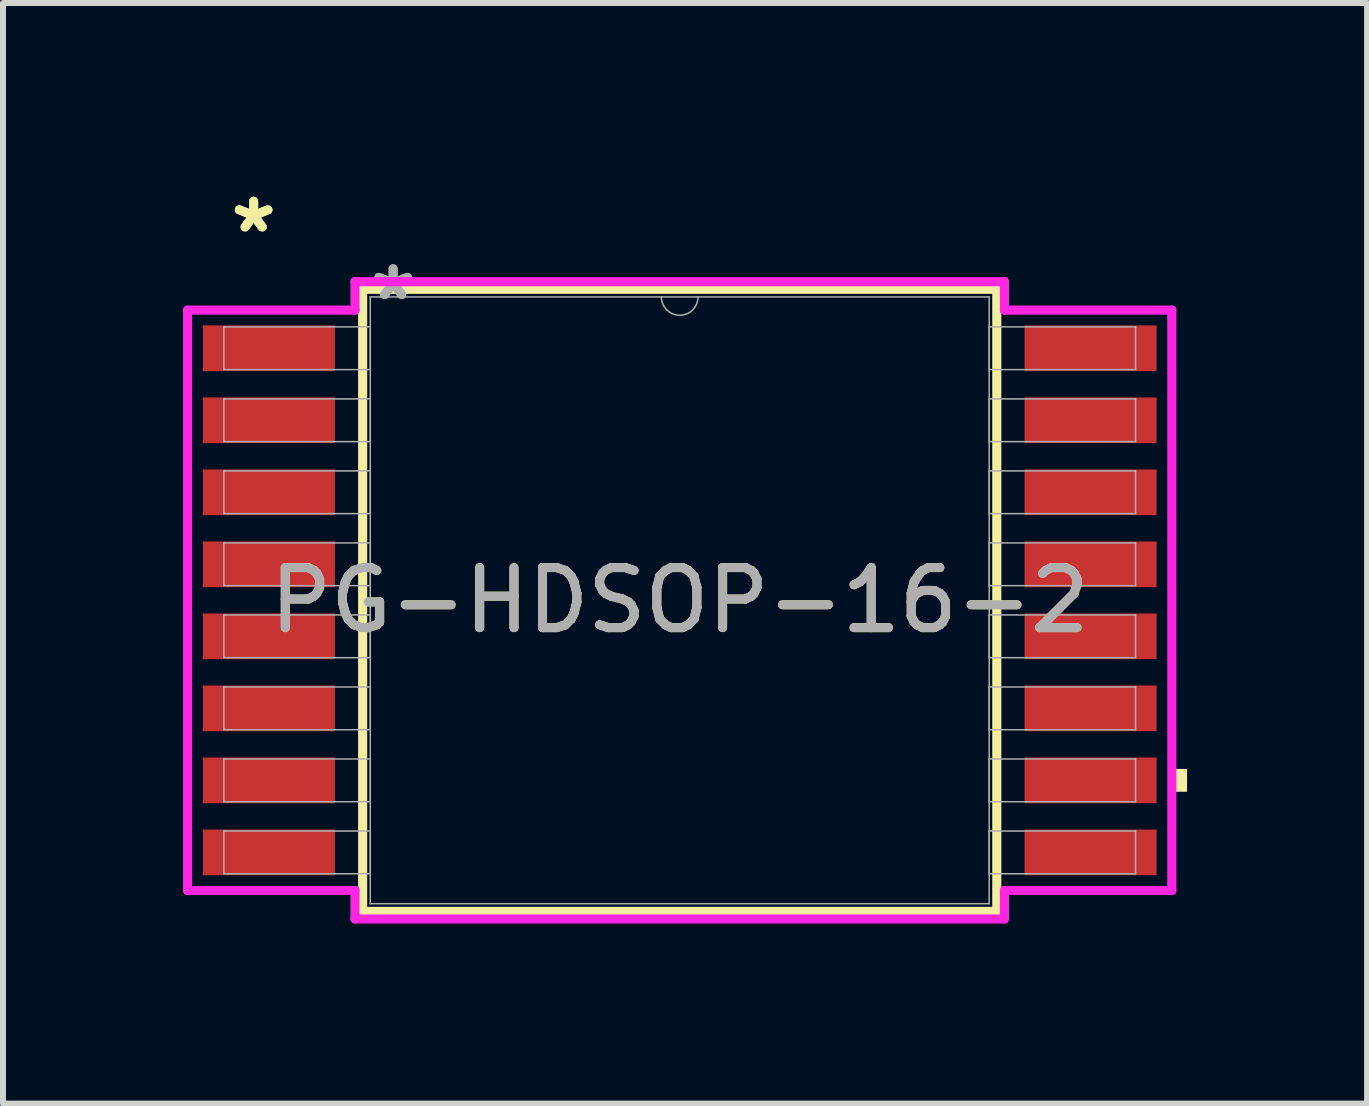
<source format=kicad_pcb>
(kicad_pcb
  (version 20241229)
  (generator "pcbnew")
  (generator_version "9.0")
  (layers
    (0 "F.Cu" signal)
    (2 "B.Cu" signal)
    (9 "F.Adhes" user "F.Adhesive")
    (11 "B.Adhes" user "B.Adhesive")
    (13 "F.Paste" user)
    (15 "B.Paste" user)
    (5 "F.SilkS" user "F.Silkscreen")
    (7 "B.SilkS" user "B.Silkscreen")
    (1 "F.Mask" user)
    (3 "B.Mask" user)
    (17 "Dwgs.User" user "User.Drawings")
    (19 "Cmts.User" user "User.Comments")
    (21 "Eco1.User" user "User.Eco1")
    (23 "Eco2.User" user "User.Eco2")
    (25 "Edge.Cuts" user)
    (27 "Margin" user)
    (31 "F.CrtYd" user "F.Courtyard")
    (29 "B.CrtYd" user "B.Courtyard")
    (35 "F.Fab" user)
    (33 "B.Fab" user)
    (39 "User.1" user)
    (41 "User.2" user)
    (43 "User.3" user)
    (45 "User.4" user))
  (footprint "PG-HDSOP-16-2"
    (layer "F.Cu")
    (at 8.275 6.952)
    (property "Reference" "PG-HDSOP-16-2" (at 0 0 0) (unlocked yes) (layer "F.SilkS") (effects (font (size 1 1) (thickness 0.15))))
    (attr smd)
    (fp_line (start -5.283 -5.182) (end -5.283 5.182) (stroke (width 0.152) (type solid)) (layer "F.SilkS"))
    (fp_line (start -5.283 5.182) (end 5.283 5.182) (stroke (width 0.152) (type solid)) (layer "F.SilkS"))
    (fp_line (start 5.283 -5.182) (end -5.283 -5.182) (stroke (width 0.152) (type solid)) (layer "F.SilkS"))
    (fp_line (start 5.283 5.182) (end 5.283 -5.182) (stroke (width 0.152) (type solid)) (layer "F.SilkS"))
    (fp_poly (pts (xy 8.453 2.809) (xy 8.453 3.19) (xy 8.199 3.19) (xy 8.199 2.809)) (stroke (width 0) (type solid)) (fill yes) (layer "F.SilkS"))
    (fp_line (start -8.199 -4.835) (end -5.41 -4.835) (stroke (width 0.152) (type solid)) (layer "F.CrtYd"))
    (fp_line (start -8.199 4.835) (end -8.199 -4.835) (stroke (width 0.152) (type solid)) (layer "F.CrtYd"))
    (fp_line (start -8.199 4.835) (end -5.41 4.835) (stroke (width 0.152) (type solid)) (layer "F.CrtYd"))
    (fp_line (start -5.41 -5.309) (end 5.41 -5.309) (stroke (width 0.152) (type solid)) (layer "F.CrtYd"))
    (fp_line (start -5.41 -4.835) (end -5.41 -5.309) (stroke (width 0.152) (type solid)) (layer "F.CrtYd"))
    (fp_line (start -5.41 5.309) (end -5.41 4.835) (stroke (width 0.152) (type solid)) (layer "F.CrtYd"))
    (fp_line (start 5.41 -5.309) (end 5.41 -4.835) (stroke (width 0.152) (type solid)) (layer "F.CrtYd"))
    (fp_line (start 5.41 4.835) (end 5.41 5.309) (stroke (width 0.152) (type solid)) (layer "F.CrtYd"))
    (fp_line (start 5.41 5.309) (end -5.41 5.309) (stroke (width 0.152) (type solid)) (layer "F.CrtYd"))
    (fp_line (start 8.199 -4.835) (end 5.41 -4.835) (stroke (width 0.152) (type solid)) (layer "F.CrtYd"))
    (fp_line (start 8.199 -4.835) (end 8.199 4.835) (stroke (width 0.152) (type solid)) (layer "F.CrtYd"))
    (fp_line (start 8.199 4.835) (end 5.41 4.835) (stroke (width 0.152) (type solid)) (layer "F.CrtYd"))
    (fp_line (start -7.595 -4.556) (end -7.595 -3.844) (stroke (width 0.025) (type solid)) (layer "F.Fab"))
    (fp_line (start -7.595 -3.844) (end -5.156 -3.844) (stroke (width 0.025) (type solid)) (layer "F.Fab"))
    (fp_line (start -7.595 -3.356) (end -7.595 -2.644) (stroke (width 0.025) (type solid)) (layer "F.Fab"))
    (fp_line (start -7.595 -2.644) (end -5.156 -2.644) (stroke (width 0.025) (type solid)) (layer "F.Fab"))
    (fp_line (start -7.595 -2.156) (end -7.595 -1.444) (stroke (width 0.025) (type solid)) (layer "F.Fab"))
    (fp_line (start -7.595 -1.444) (end -5.156 -1.444) (stroke (width 0.025) (type solid)) (layer "F.Fab"))
    (fp_line (start -7.595 -0.956) (end -7.595 -0.244) (stroke (width 0.025) (type solid)) (layer "F.Fab"))
    (fp_line (start -7.595 -0.244) (end -5.156 -0.244) (stroke (width 0.025) (type solid)) (layer "F.Fab"))
    (fp_line (start -7.595 0.244) (end -7.595 0.956) (stroke (width 0.025) (type solid)) (layer "F.Fab"))
    (fp_line (start -7.595 0.956) (end -5.156 0.956) (stroke (width 0.025) (type solid)) (layer "F.Fab"))
    (fp_line (start -7.595 1.444) (end -7.595 2.156) (stroke (width 0.025) (type solid)) (layer "F.Fab"))
    (fp_line (start -7.595 2.156) (end -5.156 2.156) (stroke (width 0.025) (type solid)) (layer "F.Fab"))
    (fp_line (start -7.595 2.644) (end -7.595 3.356) (stroke (width 0.025) (type solid)) (layer "F.Fab"))
    (fp_line (start -7.595 3.356) (end -5.156 3.356) (stroke (width 0.025) (type solid)) (layer "F.Fab"))
    (fp_line (start -7.595 3.844) (end -7.595 4.556) (stroke (width 0.025) (type solid)) (layer "F.Fab"))
    (fp_line (start -7.595 4.556) (end -5.156 4.556) (stroke (width 0.025) (type solid)) (layer "F.Fab"))
    (fp_line (start -5.156 -5.055) (end -5.156 5.055) (stroke (width 0.025) (type solid)) (layer "F.Fab"))
    (fp_line (start -5.156 -4.556) (end -7.595 -4.556) (stroke (width 0.025) (type solid)) (layer "F.Fab"))
    (fp_line (start -5.156 -3.844) (end -5.156 -4.556) (stroke (width 0.025) (type solid)) (layer "F.Fab"))
    (fp_line (start -5.156 -3.356) (end -7.595 -3.356) (stroke (width 0.025) (type solid)) (layer "F.Fab"))
    (fp_line (start -5.156 -2.644) (end -5.156 -3.356) (stroke (width 0.025) (type solid)) (layer "F.Fab"))
    (fp_line (start -5.156 -2.156) (end -7.595 -2.156) (stroke (width 0.025) (type solid)) (layer "F.Fab"))
    (fp_line (start -5.156 -1.444) (end -5.156 -2.156) (stroke (width 0.025) (type solid)) (layer "F.Fab"))
    (fp_line (start -5.156 -0.956) (end -7.595 -0.956) (stroke (width 0.025) (type solid)) (layer "F.Fab"))
    (fp_line (start -5.156 -0.244) (end -5.156 -0.956) (stroke (width 0.025) (type solid)) (layer "F.Fab"))
    (fp_line (start -5.156 0.244) (end -7.595 0.244) (stroke (width 0.025) (type solid)) (layer "F.Fab"))
    (fp_line (start -5.156 0.956) (end -5.156 0.244) (stroke (width 0.025) (type solid)) (layer "F.Fab"))
    (fp_line (start -5.156 1.444) (end -7.595 1.444) (stroke (width 0.025) (type solid)) (layer "F.Fab"))
    (fp_line (start -5.156 2.156) (end -5.156 1.444) (stroke (width 0.025) (type solid)) (layer "F.Fab"))
    (fp_line (start -5.156 2.644) (end -7.595 2.644) (stroke (width 0.025) (type solid)) (layer "F.Fab"))
    (fp_line (start -5.156 3.356) (end -5.156 2.644) (stroke (width 0.025) (type solid)) (layer "F.Fab"))
    (fp_line (start -5.156 3.844) (end -7.595 3.844) (stroke (width 0.025) (type solid)) (layer "F.Fab"))
    (fp_line (start -5.156 4.556) (end -5.156 3.844) (stroke (width 0.025) (type solid)) (layer "F.Fab"))
    (fp_line (start -5.156 5.055) (end 5.156 5.055) (stroke (width 0.025) (type solid)) (layer "F.Fab"))
    (fp_line (start 5.156 -5.055) (end -5.156 -5.055) (stroke (width 0.025) (type solid)) (layer "F.Fab"))
    (fp_line (start 5.156 -4.556) (end 5.156 -3.844) (stroke (width 0.025) (type solid)) (layer "F.Fab"))
    (fp_line (start 5.156 -3.844) (end 7.595 -3.844) (stroke (width 0.025) (type solid)) (layer "F.Fab"))
    (fp_line (start 5.156 -3.356) (end 5.156 -2.644) (stroke (width 0.025) (type solid)) (layer "F.Fab"))
    (fp_line (start 5.156 -2.644) (end 7.595 -2.644) (stroke (width 0.025) (type solid)) (layer "F.Fab"))
    (fp_line (start 5.156 -2.156) (end 5.156 -1.444) (stroke (width 0.025) (type solid)) (layer "F.Fab"))
    (fp_line (start 5.156 -1.444) (end 7.595 -1.444) (stroke (width 0.025) (type solid)) (layer "F.Fab"))
    (fp_line (start 5.156 -0.956) (end 5.156 -0.244) (stroke (width 0.025) (type solid)) (layer "F.Fab"))
    (fp_line (start 5.156 -0.244) (end 7.595 -0.244) (stroke (width 0.025) (type solid)) (layer "F.Fab"))
    (fp_line (start 5.156 0.244) (end 5.156 0.956) (stroke (width 0.025) (type solid)) (layer "F.Fab"))
    (fp_line (start 5.156 0.956) (end 7.595 0.956) (stroke (width 0.025) (type solid)) (layer "F.Fab"))
    (fp_line (start 5.156 1.444) (end 5.156 2.156) (stroke (width 0.025) (type solid)) (layer "F.Fab"))
    (fp_line (start 5.156 2.156) (end 7.595 2.156) (stroke (width 0.025) (type solid)) (layer "F.Fab"))
    (fp_line (start 5.156 2.644) (end 5.156 3.356) (stroke (width 0.025) (type solid)) (layer "F.Fab"))
    (fp_line (start 5.156 3.356) (end 7.595 3.356) (stroke (width 0.025) (type solid)) (layer "F.Fab"))
    (fp_line (start 5.156 3.844) (end 5.156 4.556) (stroke (width 0.025) (type solid)) (layer "F.Fab"))
    (fp_line (start 5.156 4.556) (end 7.595 4.556) (stroke (width 0.025) (type solid)) (layer "F.Fab"))
    (fp_line (start 5.156 5.055) (end 5.156 -5.055) (stroke (width 0.025) (type solid)) (layer "F.Fab"))
    (fp_line (start 7.595 -4.556) (end 5.156 -4.556) (stroke (width 0.025) (type solid)) (layer "F.Fab"))
    (fp_line (start 7.595 -3.844) (end 7.595 -4.556) (stroke (width 0.025) (type solid)) (layer "F.Fab"))
    (fp_line (start 7.595 -3.356) (end 5.156 -3.356) (stroke (width 0.025) (type solid)) (layer "F.Fab"))
    (fp_line (start 7.595 -2.644) (end 7.595 -3.356) (stroke (width 0.025) (type solid)) (layer "F.Fab"))
    (fp_line (start 7.595 -2.156) (end 5.156 -2.156) (stroke (width 0.025) (type solid)) (layer "F.Fab"))
    (fp_line (start 7.595 -1.444) (end 7.595 -2.156) (stroke (width 0.025) (type solid)) (layer "F.Fab"))
    (fp_line (start 7.595 -0.956) (end 5.156 -0.956) (stroke (width 0.025) (type solid)) (layer "F.Fab"))
    (fp_line (start 7.595 -0.244) (end 7.595 -0.956) (stroke (width 0.025) (type solid)) (layer "F.Fab"))
    (fp_line (start 7.595 0.244) (end 5.156 0.244) (stroke (width 0.025) (type solid)) (layer "F.Fab"))
    (fp_line (start 7.595 0.956) (end 7.595 0.244) (stroke (width 0.025) (type solid)) (layer "F.Fab"))
    (fp_line (start 7.595 1.444) (end 5.156 1.444) (stroke (width 0.025) (type solid)) (layer "F.Fab"))
    (fp_line (start 7.595 2.156) (end 7.595 1.444) (stroke (width 0.025) (type solid)) (layer "F.Fab"))
    (fp_line (start 7.595 2.644) (end 5.156 2.644) (stroke (width 0.025) (type solid)) (layer "F.Fab"))
    (fp_line (start 7.595 3.356) (end 7.595 2.644) (stroke (width 0.025) (type solid)) (layer "F.Fab"))
    (fp_line (start 7.595 3.844) (end 5.156 3.844) (stroke (width 0.025) (type solid)) (layer "F.Fab"))
    (fp_line (start 7.595 4.556) (end 7.595 3.844) (stroke (width 0.025) (type solid)) (layer "F.Fab"))
    (fp_arc (start 0.3048 -5.0546) (mid 0 -4.7498) (end -0.3048 -5.0546) (stroke (width 0.0254) (type solid)) (layer "F.Fab"))
    (fp_text user "*" (at -7.099 -6.104 0) (layer "F.SilkS") (effects (font (size 1 1) (thickness 0.15))))
    (fp_text user "*" (at -7.099 -6.104 0) (unlocked yes) (layer "F.SilkS") (effects (font (size 1 1) (thickness 0.15))))
    (fp_text user "*" (at -4.775 -4.978 0) (unlocked yes) (layer "F.Fab") (effects (font (size 1 1) (thickness 0.15))))
    (fp_text user "${REFERENCE}" (at 0 0 0) (unlocked yes) (layer "F.Fab") (effects (font (size 1 1) (thickness 0.15))))
    (fp_text user "*" (at -4.775 -4.978 0) (layer "F.Fab") (effects (font (size 1 1) (thickness 0.15))))
    (pad "1" smd rect (at -6.845 -4.2) (size 2.199 0.761) (layers "F.Cu" "F.Mask" "F.Paste"))
    (pad "2" smd rect (at -6.845 -3) (size 2.199 0.761) (layers "F.Cu" "F.Mask" "F.Paste"))
    (pad "3" smd rect (at -6.845 -1.8) (size 2.199 0.761) (layers "F.Cu" "F.Mask" "F.Paste"))
    (pad "4" smd rect (at -6.845 -0.6) (size 2.199 0.761) (layers "F.Cu" "F.Mask" "F.Paste"))
    (pad "5" smd rect (at -6.845 0.6) (size 2.199 0.761) (layers "F.Cu" "F.Mask" "F.Paste"))
    (pad "6" smd rect (at -6.845 1.8) (size 2.199 0.761) (layers "F.Cu" "F.Mask" "F.Paste"))
    (pad "7" smd rect (at -6.845 3) (size 2.199 0.761) (layers "F.Cu" "F.Mask" "F.Paste"))
    (pad "8" smd rect (at -6.845 4.2) (size 2.199 0.761) (layers "F.Cu" "F.Mask" "F.Paste"))
    (pad "9" smd rect (at 6.845 4.2) (size 2.199 0.761) (layers "F.Cu" "F.Mask" "F.Paste"))
    (pad "10" smd rect (at 6.845 3) (size 2.199 0.761) (layers "F.Cu" "F.Mask" "F.Paste"))
    (pad "11" smd rect (at 6.845 1.8) (size 2.199 0.761) (layers "F.Cu" "F.Mask" "F.Paste"))
    (pad "12" smd rect (at 6.845 0.6) (size 2.199 0.761) (layers "F.Cu" "F.Mask" "F.Paste"))
    (pad "13" smd rect (at 6.845 -0.6) (size 2.199 0.761) (layers "F.Cu" "F.Mask" "F.Paste"))
    (pad "14" smd rect (at 6.845 -1.8) (size 2.199 0.761) (layers "F.Cu" "F.Mask" "F.Paste"))
    (pad "15" smd rect (at 6.845 -3) (size 2.199 0.761) (layers "F.Cu" "F.Mask" "F.Paste"))
    (pad "16" smd rect (at 6.845 -4.2) (size 2.199 0.761) (layers "F.Cu" "F.Mask" "F.Paste")))
  (gr_rect
    (start -3 -3)
    (end 19.727 15.337)
    (stroke (width 0.1) (type default))
    (fill no)
    (layer "Edge.Cuts")))
</source>
